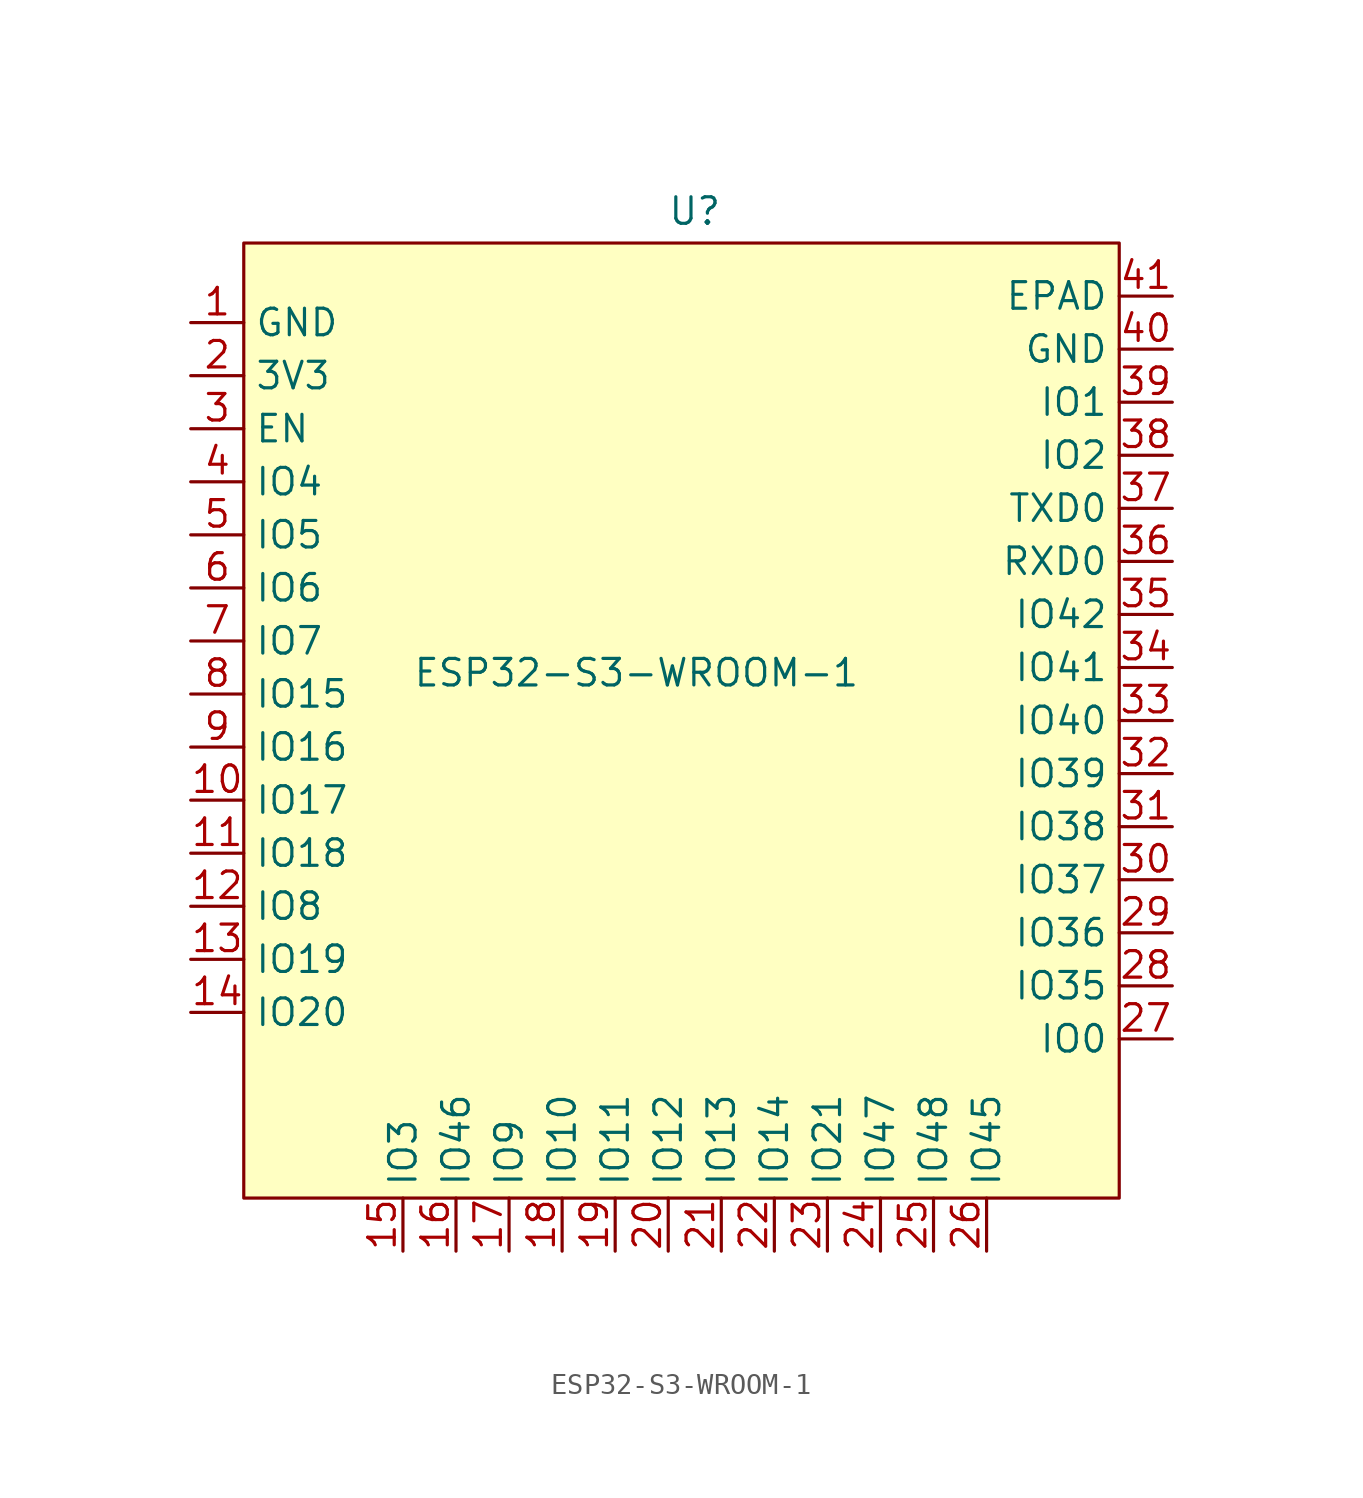
<source format=kicad_sym>
(kicad_symbol_lib
  (version 20231120)
  (generator "kicad_symbol_editor")
  (generator_version "8.0")
  (symbol "ESP32-S3-WROOM-1"
    (property "Reference" "U"
      (at 0 23.114 0)
      (effects (font (size 1.27 1.27))))
    (property "Value" "ESP32-S3-WROOM-1"
      (at -2.794 1.016 0)
      (effects (font (size 1.27 1.27))))
    (symbol "ESP32-S3-WROOM-1_0_1"
      (rectangle (start -21.59 21.59) (end 20.32 -24.13) (stroke (width 0) (type default)) (fill (type background))))
    (symbol "ESP32-S3-WROOM-1_1_1"
      (pin power_in line (at -24.13 17.78 0) (length 2.54) (name "GND" (effects (font (size 1.27 1.27)))) (number "1" (effects (font (size 1.27 1.27)))))
      (pin bidirectional line (at -24.13 -5.08 0) (length 2.54) (name "IO17" (effects (font (size 1.27 1.27)))) (number "10" (effects (font (size 1.27 1.27)))) (alternate "ADC2_CH6" input line) (alternate "GPIO17" bidirectional line) (alternate "RTC_GPIO17" bidirectional line) (alternate "U1TXD" output line))
      (pin bidirectional line (at -24.13 -7.62 0) (length 2.54) (name "IO18" (effects (font (size 1.27 1.27)))) (number "11" (effects (font (size 1.27 1.27)))) (alternate "ADC2_CH7" input line) (alternate "CLK_OUT3" output line) (alternate "GPIO18" bidirectional line) (alternate "RTC_GPIO18" bidirectional line) (alternate "U1RXD" input line))
      (pin bidirectional line (at -24.13 -10.16 0) (length 2.54) (name "IO8" (effects (font (size 1.27 1.27)))) (number "12" (effects (font (size 1.27 1.27)))) (alternate "ADC1_CH7" input line) (alternate "GPIO8" bidirectional line) (alternate "RTC_GPIO8" bidirectional line) (alternate "SUBSPICS1" output line) (alternate "TOUCH8" input line))
      (pin bidirectional line (at -24.13 -12.7 0) (length 2.54) (name "IO19" (effects (font (size 1.27 1.27)))) (number "13" (effects (font (size 1.27 1.27)))) (alternate "ADC2_CH8" input line) (alternate "CLK_OUT2" output line) (alternate "GPIO19" bidirectional line) (alternate "RTC_GPIO19" bidirectional line) (alternate "U1RTS" output line) (alternate "USB_D-" bidirectional line))
      (pin bidirectional line (at -24.13 -15.24 0) (length 2.54) (name "IO20" (effects (font (size 1.27 1.27)))) (number "14" (effects (font (size 1.27 1.27)))) (alternate "ADC2_CH9" input line) (alternate "CLK_OUT1" output line) (alternate "GPIO20" bidirectional line) (alternate "RTC_GPIO20" output line) (alternate "U1CTS" input line) (alternate "USB_D+" bidirectional line))
      (pin bidirectional line (at -13.97 -26.67 90) (length 2.54) (name "IO3" (effects (font (size 1.27 1.27)))) (number "15" (effects (font (size 1.27 1.27)))) (alternate "ADC1_CH2" input line) (alternate "GPIO3" bidirectional line) (alternate "RTC_GPIO3" bidirectional line) (alternate "TOUCH3" input line))
      (pin bidirectional line (at -11.43 -26.67 90) (length 2.54) (name "IO46" (effects (font (size 1.27 1.27)))) (number "16" (effects (font (size 1.27 1.27)))) (alternate "GPIO46" bidirectional line))
      (pin bidirectional line (at -8.89 -26.67 90) (length 2.54) (name "IO9" (effects (font (size 1.27 1.27)))) (number "17" (effects (font (size 1.27 1.27)))) (alternate "ADC1_CH8" input line) (alternate "FSPIHD" bidirectional line) (alternate "GPIO9" bidirectional line) (alternate "RTC_GPIO9" bidirectional line) (alternate "SUBSPIHD" bidirectional line) (alternate "TOUCH9" input line))
      (pin bidirectional line (at -6.35 -26.67 90) (length 2.54) (name "IO10" (effects (font (size 1.27 1.27)))) (number "18" (effects (font (size 1.27 1.27)))) (alternate "ADC1_CH9" input line) (alternate "FSPICS0" output line) (alternate "FSPIIO4" bidirectional line) (alternate "GPIO10" bidirectional line) (alternate "RTC_GPIO10" bidirectional line) (alternate "SUBSPICS0" output line) (alternate "TOUCH10" input line))
      (pin bidirectional line (at -3.81 -26.67 90) (length 2.54) (name "IO11" (effects (font (size 1.27 1.27)))) (number "19" (effects (font (size 1.27 1.27)))) (alternate "ADC2_CH0" input line) (alternate "FSPID" bidirectional line) (alternate "FSPIIO5" bidirectional line) (alternate "GPIO11" bidirectional line) (alternate "RTC_GPIO11" bidirectional line) (alternate "SUBSPID" bidirectional line) (alternate "TOUCH11" input line))
      (pin power_in line (at -24.13 15.24 0) (length 2.54) (name "3V3" (effects (font (size 1.27 1.27)))) (number "2" (effects (font (size 1.27 1.27)))))
      (pin bidirectional line (at -1.27 -26.67 90) (length 2.54) (name "IO12" (effects (font (size 1.27 1.27)))) (number "20" (effects (font (size 1.27 1.27)))) (alternate "ADC2_CH1" input line) (alternate "FSPICLK" bidirectional line) (alternate "FSPIIO6" bidirectional line) (alternate "GPIO12" bidirectional line) (alternate "RTC_GPIO12" bidirectional line) (alternate "SUBSPICLK" bidirectional line) (alternate "TOUCH12" input line))
      (pin bidirectional line (at 1.27 -26.67 90) (length 2.54) (name "IO13" (effects (font (size 1.27 1.27)))) (number "21" (effects (font (size 1.27 1.27)))) (alternate "ADC2_CH2" input line) (alternate "FSPIIO7" bidirectional line) (alternate "FSPIQ" bidirectional line) (alternate "GPIO13" bidirectional line) (alternate "RTC_GPIO13" bidirectional line) (alternate "SUBSPIQ" bidirectional line) (alternate "TOUCH13" input line))
      (pin bidirectional line (at 3.81 -26.67 90) (length 2.54) (name "IO14" (effects (font (size 1.27 1.27)))) (number "22" (effects (font (size 1.27 1.27)))) (alternate "ADC2_CH3" input line) (alternate "FSPIDQS" bidirectional line) (alternate "FSPIWP" bidirectional line) (alternate "GPIO14" bidirectional line) (alternate "RTC_GPIO14" bidirectional line) (alternate "SUBSPIWP" bidirectional line) (alternate "TOUCH14" input line))
      (pin bidirectional line (at 6.35 -26.67 90) (length 2.54) (name "IO21" (effects (font (size 1.27 1.27)))) (number "23" (effects (font (size 1.27 1.27)))) (alternate "GPIO21" bidirectional line) (alternate "RTC_GPIO21" bidirectional line))
      (pin bidirectional line (at 8.89 -26.67 90) (length 2.54) (name "IO47" (effects (font (size 1.27 1.27)))) (number "24" (effects (font (size 1.27 1.27)))) (alternate "GPIO47" bidirectional line) (alternate "SPICLK_P_DIFF" input line) (alternate "SUBSPICLK_P_DIFF" input line))
      (pin bidirectional line (at 11.43 -26.67 90) (length 2.54) (name "IO48" (effects (font (size 1.27 1.27)))) (number "25" (effects (font (size 1.27 1.27)))) (alternate "GPIO48" bidirectional line) (alternate "SPICLK_N_DIFF" output line) (alternate "SUBSPICLK_N_DIFF" output line))
      (pin bidirectional line (at 13.97 -26.67 90) (length 2.54) (name "IO45" (effects (font (size 1.27 1.27)))) (number "26" (effects (font (size 1.27 1.27)))) (alternate "GPIO45" bidirectional line))
      (pin bidirectional line (at 22.86 -16.51 180) (length 2.54) (name "IO0" (effects (font (size 1.27 1.27)))) (number "27" (effects (font (size 1.27 1.27)))) (alternate "GPIO0" bidirectional line) (alternate "RTC_GPIO0" bidirectional line))
      (pin bidirectional line (at 22.86 -13.97 180) (length 2.54) (name "IO35" (effects (font (size 1.27 1.27)))) (number "28" (effects (font (size 1.27 1.27)))) (alternate "FSPID" bidirectional line) (alternate "GPIO35" bidirectional line) (alternate "SPIIO6" bidirectional line) (alternate "SUBSPID" bidirectional line))
      (pin bidirectional line (at 22.86 -11.43 180) (length 2.54) (name "IO36" (effects (font (size 1.27 1.27)))) (number "29" (effects (font (size 1.27 1.27)))) (alternate "FSPICLK" bidirectional line) (alternate "GPIO36" bidirectional line) (alternate "SPIIO7" bidirectional line) (alternate "SUBSPICLK" bidirectional line))
      (pin input line (at -24.13 12.7 0) (length 2.54) (name "EN" (effects (font (size 1.27 1.27)))) (number "3" (effects (font (size 1.27 1.27)))))
      (pin bidirectional line (at 22.86 -8.89 180) (length 2.54) (name "IO37" (effects (font (size 1.27 1.27)))) (number "30" (effects (font (size 1.27 1.27)))) (alternate "FSPIQ" bidirectional line) (alternate "GPIO37" bidirectional line) (alternate "SPIDQS" bidirectional line) (alternate "SUBSPIQ" bidirectional line))
      (pin bidirectional line (at 22.86 -6.35 180) (length 2.54) (name "IO38" (effects (font (size 1.27 1.27)))) (number "31" (effects (font (size 1.27 1.27)))) (alternate "FSPIWP" bidirectional line) (alternate "GPIO38" bidirectional line) (alternate "SUBSPIWP" bidirectional line))
      (pin bidirectional line (at 22.86 -3.81 180) (length 2.54) (name "IO39" (effects (font (size 1.27 1.27)))) (number "32" (effects (font (size 1.27 1.27)))) (alternate "CLK_OUT3" output line) (alternate "GPIO39" bidirectional line) (alternate "MTCK" bidirectional line) (alternate "SUBSPICS1" bidirectional line))
      (pin bidirectional line (at 22.86 -1.27 180) (length 2.54) (name "IO40" (effects (font (size 1.27 1.27)))) (number "33" (effects (font (size 1.27 1.27)))) (alternate "CLK_OUT2" output line) (alternate "GPIO40" bidirectional line) (alternate "MTDO" output line))
      (pin bidirectional line (at 22.86 1.27 180) (length 2.54) (name "IO41" (effects (font (size 1.27 1.27)))) (number "34" (effects (font (size 1.27 1.27)))) (alternate "CLK_OUT1" output line) (alternate "GPIO41" bidirectional line) (alternate "MTDI" input line))
      (pin bidirectional line (at 22.86 3.81 180) (length 2.54) (name "IO42" (effects (font (size 1.27 1.27)))) (number "35" (effects (font (size 1.27 1.27)))) (alternate "GPIO42" bidirectional line) (alternate "MTMS" bidirectional line))
      (pin bidirectional line (at 22.86 6.35 180) (length 2.54) (name "RXD0" (effects (font (size 1.27 1.27)))) (number "36" (effects (font (size 1.27 1.27)))) (alternate "CLK_OUT2" output line) (alternate "GPIO44" bidirectional line) (alternate "U0RXD" input line))
      (pin bidirectional line (at 22.86 8.89 180) (length 2.54) (name "TXD0" (effects (font (size 1.27 1.27)))) (number "37" (effects (font (size 1.27 1.27)))) (alternate "CLK_OUT1" output line) (alternate "GPIO43" bidirectional line) (alternate "U0TXD" output line))
      (pin bidirectional line (at 22.86 11.43 180) (length 2.54) (name "IO2" (effects (font (size 1.27 1.27)))) (number "38" (effects (font (size 1.27 1.27)))) (alternate "ADC1_CH1" input line) (alternate "GPIO2" bidirectional line) (alternate "RTC_GPIO2" bidirectional line) (alternate "TOUCH2" input line))
      (pin bidirectional line (at 22.86 13.97 180) (length 2.54) (name "IO1" (effects (font (size 1.27 1.27)))) (number "39" (effects (font (size 1.27 1.27)))) (alternate "ADC1_CH0" input line) (alternate "GPIO1" bidirectional line) (alternate "RTC_GPIO1" bidirectional line) (alternate "TOUCH1" input line))
      (pin bidirectional line (at -24.13 10.16 0) (length 2.54) (name "IO4" (effects (font (size 1.27 1.27)))) (number "4" (effects (font (size 1.27 1.27)))) (alternate "ADC1_CH3" input line) (alternate "GPIO4" bidirectional line) (alternate "RTC_GPIO4" bidirectional line) (alternate "TOUCH4" input line))
      (pin power_in line (at 22.86 16.51 180) (length 2.54) (name "GND" (effects (font (size 1.27 1.27)))) (number "40" (effects (font (size 1.27 1.27)))))
      (pin power_in line (at 22.86 19.05 180) (length 2.54) (name "EPAD" (effects (font (size 1.27 1.27)))) (number "41" (effects (font (size 1.27 1.27)))))
      (pin bidirectional line (at -24.13 7.62 0) (length 2.54) (name "IO5" (effects (font (size 1.27 1.27)))) (number "5" (effects (font (size 1.27 1.27)))) (alternate "ADC1_CH4" input line) (alternate "GPIO5" bidirectional line) (alternate "RTC_GPIO5" bidirectional line) (alternate "TOUCH5" input line))
      (pin bidirectional line (at -24.13 5.08 0) (length 2.54) (name "IO6" (effects (font (size 1.27 1.27)))) (number "6" (effects (font (size 1.27 1.27)))) (alternate "ADC1_CH5" input line) (alternate "GPIO6" bidirectional line) (alternate "RTC_GPIO6" bidirectional line) (alternate "TOUCH6" input line))
      (pin bidirectional line (at -24.13 2.54 0) (length 2.54) (name "IO7" (effects (font (size 1.27 1.27)))) (number "7" (effects (font (size 1.27 1.27)))) (alternate "ADC1_CH6" input line) (alternate "GPIO7" bidirectional line) (alternate "RTC_GPIO7" bidirectional line) (alternate "TOUCH7" input line))
      (pin bidirectional line (at -24.13 0 0) (length 2.54) (name "IO15" (effects (font (size 1.27 1.27)))) (number "8" (effects (font (size 1.27 1.27)))) (alternate "ADC2_CH4" input line) (alternate "GPIO15" bidirectional line) (alternate "RTC_GPIO15" bidirectional line) (alternate "U0RTS" output line) (alternate "XTAL_32K_P" input line))
      (pin bidirectional line (at -24.13 -2.54 0) (length 2.54) (name "IO16" (effects (font (size 1.27 1.27)))) (number "9" (effects (font (size 1.27 1.27)))) (alternate "ADC2_CH5" input line) (alternate "GPIO16" bidirectional line) (alternate "RTC_GPIO16" bidirectional line) (alternate "U0CTS" input line) (alternate "XTAL_32K_N" output line)))))
</source>
